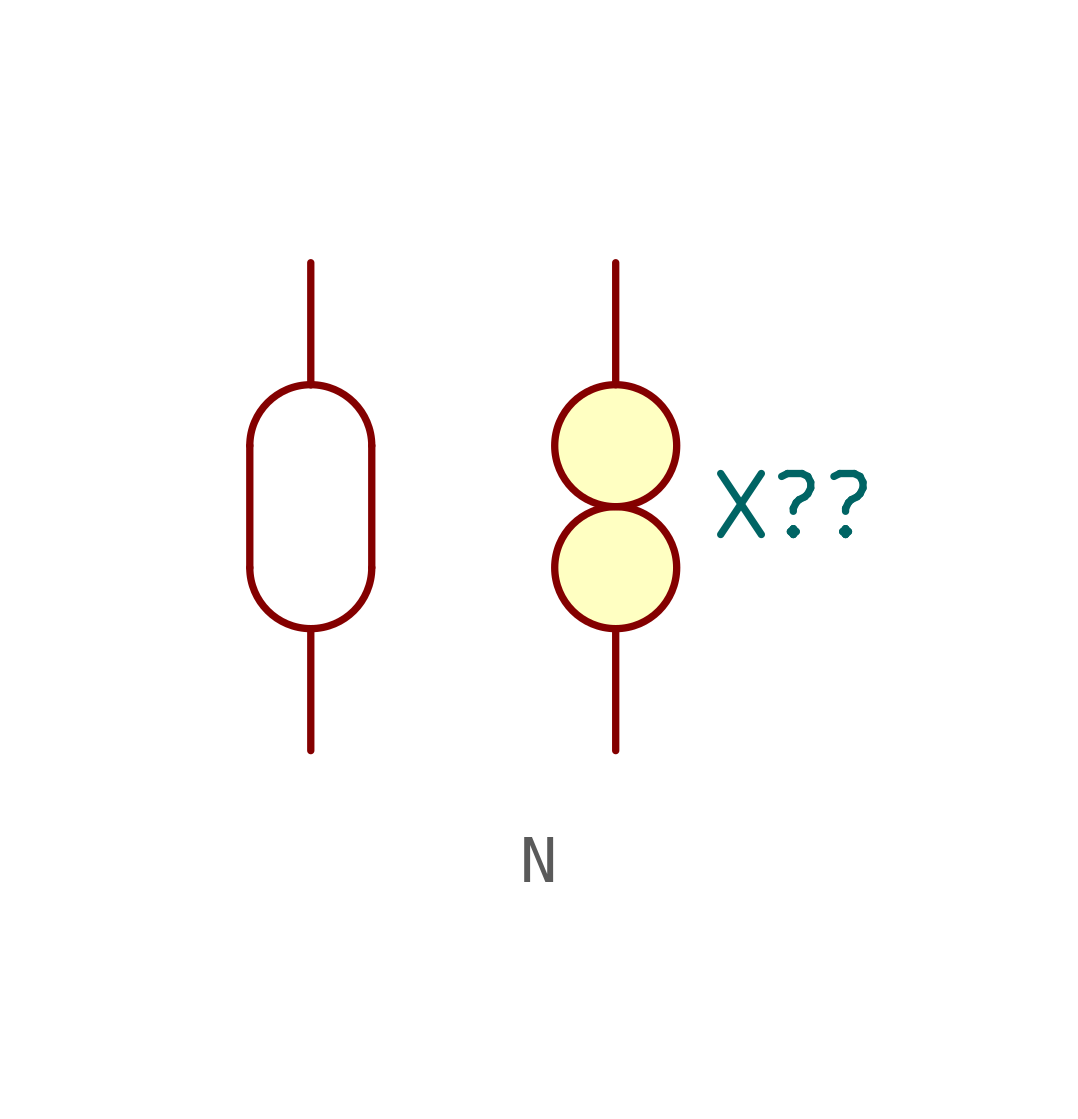
<source format=kicad_sym>
(kicad_symbol_lib
  (version 20241209)
  (generator "kicad_symbol_editor")
  (generator_version "9.0")
  (symbol "N"
    (pin_numbers
      (hide yes))
    (pin_names
      (offset 0)
      (hide yes))
    (property "Reference" "X?"
      (at 1.905 0 0)
      (effects (font (size 1.27 1.27)) (justify left)))
    (symbol "N_0_1"
      (polyline (pts (xy -7.62 1.27) (xy -7.62 -1.27)) (stroke (width 0) (type default)) (fill (type none)))
      (arc (start -5.08 -1.27) (mid -5.452 -2.168) (end -6.35 -2.54) (stroke (width 0) (type default)) (fill (type none)))
      (arc (start -6.3499 2.5401) (mid -5.4519 2.1681) (end -5.0799 1.2701) (stroke (width 0) (type default)) (fill (type none)))
      (arc (start -6.35 -2.54) (mid -7.248 -2.168) (end -7.62 -1.27) (stroke (width 0) (type default)) (fill (type none)))
      (arc (start -7.6199 1.2701) (mid -7.2479 2.1681) (end -6.3499 2.5401) (stroke (width 0) (type default)) (fill (type none))))
    (symbol "N_1_0"
      (pin power_out line (at 0 5.08 270) (length 2.54) (name "outP" (effects (font (size 1.27 1.27)))) (number "1" (effects (font (size 1.27 1.27)))))
      (pin power_out line (at 0 -5.08 90) (length 2.54) (name "outN" (effects (font (size 1.27 1.27)))) (number "2" (effects (font (size 1.27 1.27))))))
    (symbol "N_1_1"
      (polyline (pts (xy -5.08 1.27) (xy -5.08 -1.27)) (stroke (width 0) (type default)) (fill (type background)))
      (circle (center 0 1.27) (radius 1.27) (stroke (width 0) (type default)) (fill (type background)))
      (circle (center 0 -1.27) (radius 1.27) (stroke (width 0) (type default)) (fill (type background)))
      (pin input line (at -6.35 5.08 270) (length 2.54) (name "inp" (effects (font (size 1.27 1.27)))) (number "3" (effects (font (size 1.27 1.27)))))
      (pin input line (at -6.35 -5.08 90) (length 2.54) (name "inN" (effects (font (size 1.27 1.27)))) (number "4" (effects (font (size 1.27 1.27))))))))
</source>
